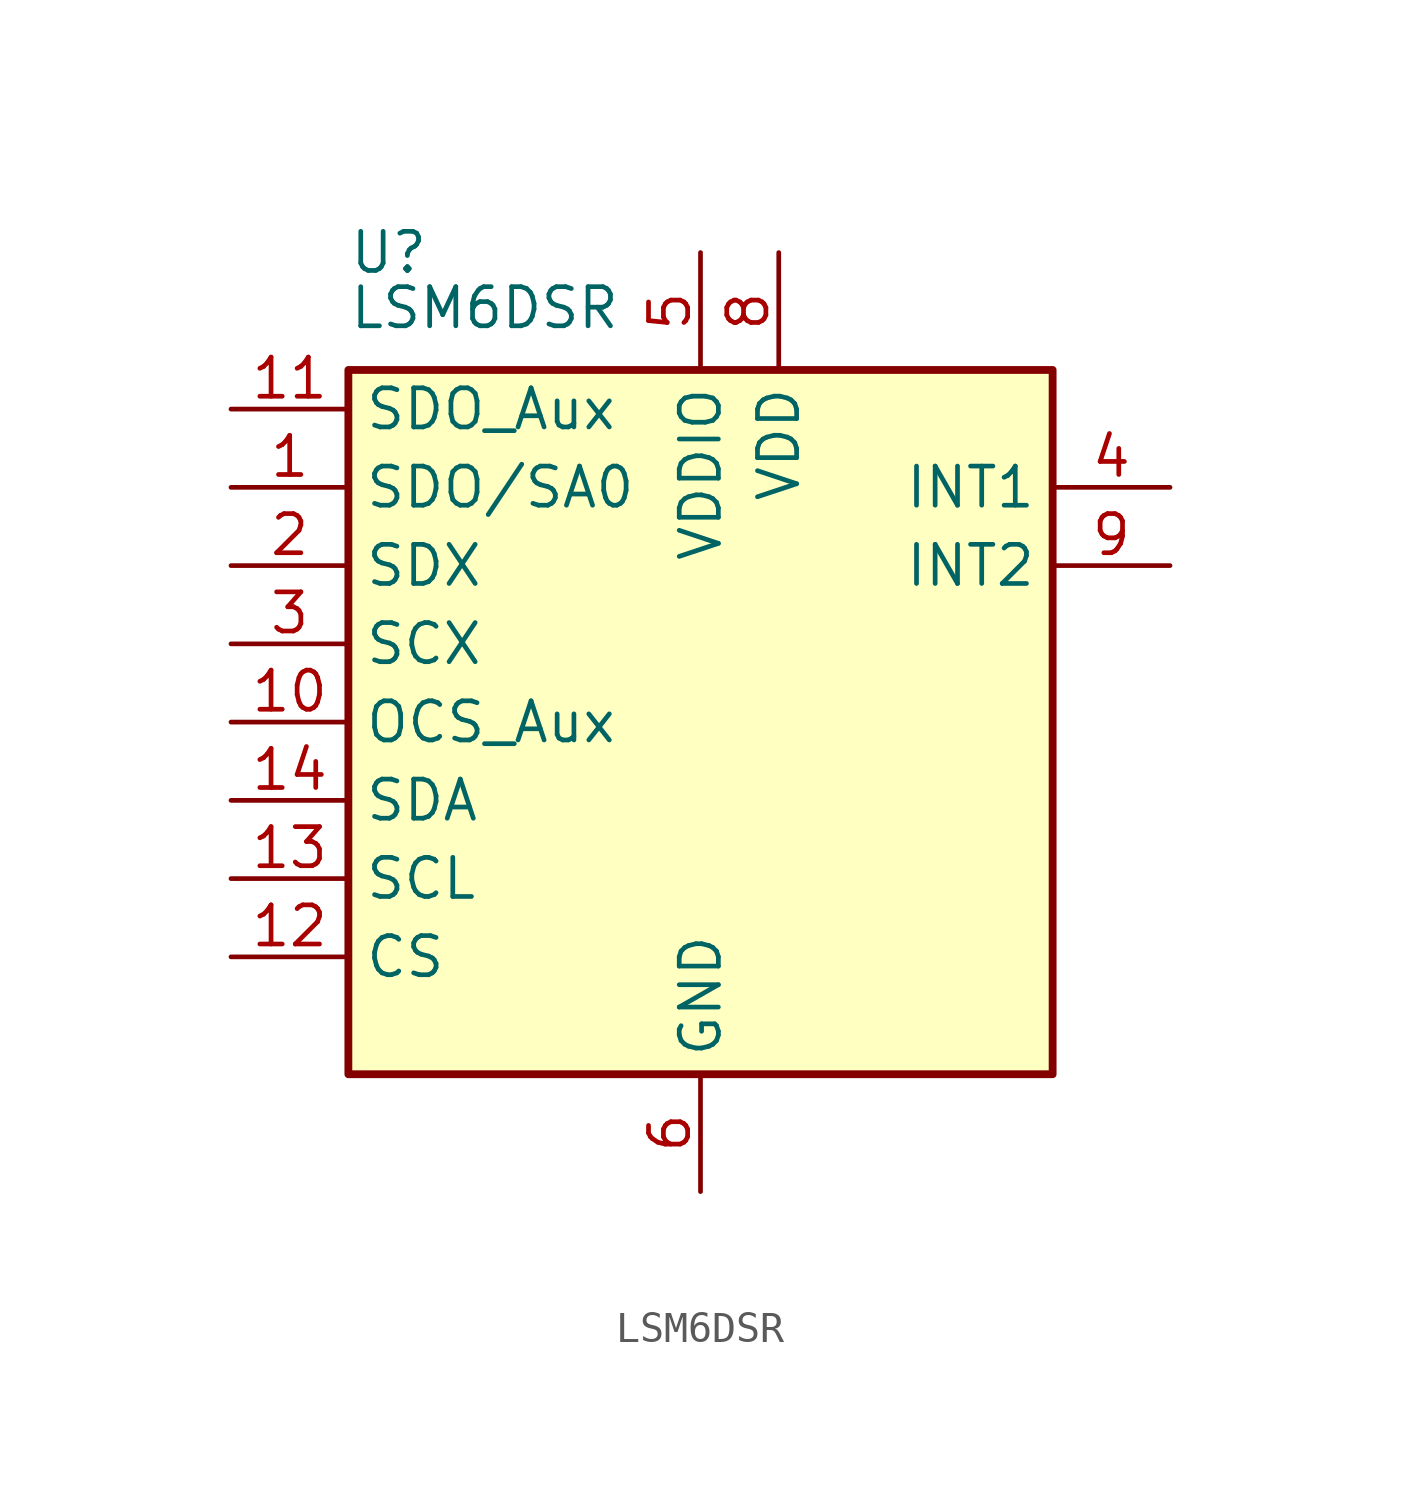
<source format=kicad_sym>
(kicad_symbol_lib
  (version 20231120)
  (generator "kicad_symbol_editor")
  (generator_version "8.0")
  (symbol "LSM6DSR"
    (property "Reference" "U"
      (at -11.43 15.24 0)
      (effects (font (size 1.27 1.27)) (justify left)))
    (property "Value" "LSM6DSR"
      (at -11.43 12.7 0)
      (effects (font (size 1.27 1.27)) (justify left bottom)))
    (symbol "LSM6DSR_0_1"
      (rectangle (start 11.43 11.43) (end -11.43 -11.43) (stroke (width 0.254) (type default)) (fill (type background))))
    (symbol "LSM6DSR_1_1"
      (pin bidirectional line (at -15.24 7.62 0) (length 3.81) (name "SDO/SA0" (effects (font (size 1.27 1.27)))) (number "1" (effects (font (size 1.27 1.27)))))
      (pin passive line (at -15.24 0 0) (length 3.81) (name "OCS_Aux" (effects (font (size 1.27 1.27)))) (number "10" (effects (font (size 1.27 1.27)))))
      (pin bidirectional line (at -15.24 10.16 0) (length 3.81) (name "SDO_Aux" (effects (font (size 1.27 1.27)))) (number "11" (effects (font (size 1.27 1.27)))))
      (pin input line (at -15.24 -7.62 0) (length 3.81) (name "CS" (effects (font (size 1.27 1.27)))) (number "12" (effects (font (size 1.27 1.27)))))
      (pin input line (at -15.24 -5.08 0) (length 3.81) (name "SCL" (effects (font (size 1.27 1.27)))) (number "13" (effects (font (size 1.27 1.27)))))
      (pin bidirectional line (at -15.24 -2.54 0) (length 3.81) (name "SDA" (effects (font (size 1.27 1.27)))) (number "14" (effects (font (size 1.27 1.27)))))
      (pin bidirectional line (at -15.24 5.08 0) (length 3.81) (name "SDX" (effects (font (size 1.27 1.27)))) (number "2" (effects (font (size 1.27 1.27)))))
      (pin input line (at -15.24 2.54 0) (length 3.81) (name "SCX" (effects (font (size 1.27 1.27)))) (number "3" (effects (font (size 1.27 1.27)))))
      (pin output line (at 15.24 7.62 180) (length 3.81) (name "INT1" (effects (font (size 1.27 1.27)))) (number "4" (effects (font (size 1.27 1.27)))))
      (pin power_in line (at 0 15.24 270) (length 3.81) (name "VDDIO" (effects (font (size 1.27 1.27)))) (number "5" (effects (font (size 1.27 1.27)))))
      (pin power_in line (at 0 -15.24 90) (length 3.81) (name "GND" (effects (font (size 1.27 1.27)))) (number "6" (effects (font (size 1.27 1.27)))))
      (pin passive line (at 0 -15.24 90) (length 3.81) hide (name "GND" (effects (font (size 1.27 1.27)))) (number "7" (effects (font (size 1.27 1.27)))))
      (pin power_in line (at 2.54 15.24 270) (length 3.81) (name "VDD" (effects (font (size 1.27 1.27)))) (number "8" (effects (font (size 1.27 1.27)))))
      (pin output line (at 15.24 5.08 180) (length 3.81) (name "INT2" (effects (font (size 1.27 1.27)))) (number "9" (effects (font (size 1.27 1.27))))))))
</source>
